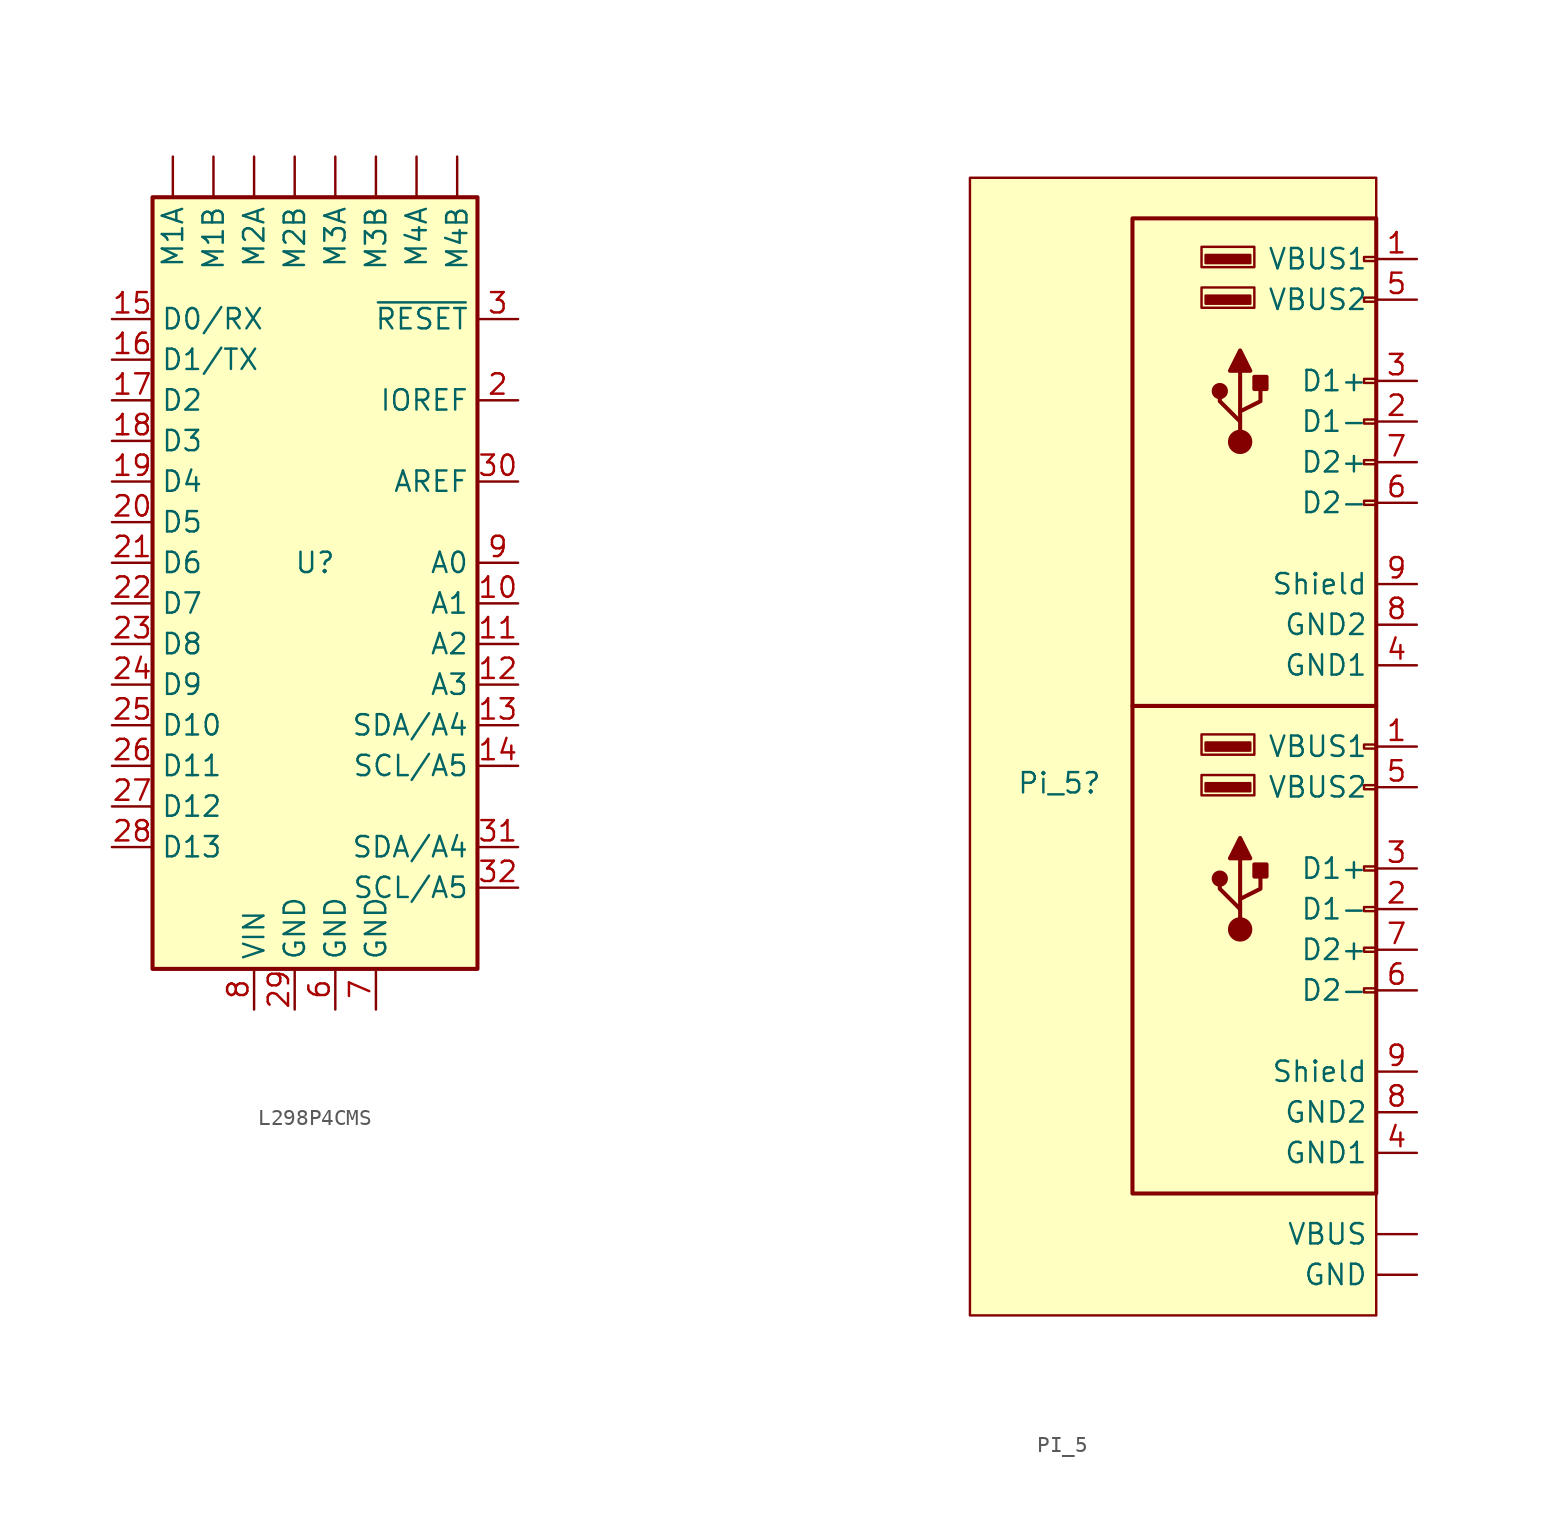
<source format=kicad_sym>
(kicad_symbol_lib
  (version 20231120)
  (generator "kicad_symbol_editor")
  (generator_version "8.0")
  (symbol "L298P4CMS"
    (property "Reference" "U"
      (at 0 0 0)
      (effects (font (size 1.27 1.27))))
    (property "Value" ""
      (at 0 0 0)
      (effects (font (size 1.27 1.27))))
    (symbol "L298P4CMS_0_1"
      (rectangle (start -10.16 22.86) (end 10.16 -25.4) (stroke (width 0.254) (type default)) (fill (type background))))
    (symbol "L298P4CMS_1_1"
      (pin bidirectional line (at -8.89 25.4 270) (length 2.54) (name "M1A" (effects (font (size 1.27 1.27)))) (number "" (effects (font (size 1.27 1.27)))))
      (pin bidirectional line (at -6.35 25.4 270) (length 2.54) (name "M1B" (effects (font (size 1.27 1.27)))) (number "" (effects (font (size 1.27 1.27)))))
      (pin bidirectional line (at -3.81 25.4 270) (length 2.54) (name "M2A" (effects (font (size 1.27 1.27)))) (number "" (effects (font (size 1.27 1.27)))))
      (pin bidirectional line (at -1.27 25.4 270) (length 2.54) (name "M2B" (effects (font (size 1.27 1.27)))) (number "" (effects (font (size 1.27 1.27)))))
      (pin bidirectional line (at 1.27 25.4 270) (length 2.54) (name "M3A" (effects (font (size 1.27 1.27)))) (number "" (effects (font (size 1.27 1.27)))))
      (pin bidirectional line (at 3.81 25.4 270) (length 2.54) (name "M3B" (effects (font (size 1.27 1.27)))) (number "" (effects (font (size 1.27 1.27)))))
      (pin bidirectional line (at 6.35 25.4 270) (length 2.54) (name "M4A" (effects (font (size 1.27 1.27)))) (number "" (effects (font (size 1.27 1.27)))))
      (pin bidirectional line (at 8.89 25.4 270) (length 2.54) (name "M4B" (effects (font (size 1.27 1.27)))) (number "" (effects (font (size 1.27 1.27)))))
      (pin bidirectional line (at 12.7 -2.54 180) (length 2.54) (name "A1" (effects (font (size 1.27 1.27)))) (number "10" (effects (font (size 1.27 1.27)))))
      (pin bidirectional line (at 12.7 -5.08 180) (length 2.54) (name "A2" (effects (font (size 1.27 1.27)))) (number "11" (effects (font (size 1.27 1.27)))))
      (pin bidirectional line (at 12.7 -7.62 180) (length 2.54) (name "A3" (effects (font (size 1.27 1.27)))) (number "12" (effects (font (size 1.27 1.27)))))
      (pin bidirectional line (at 12.7 -10.16 180) (length 2.54) (name "SDA/A4" (effects (font (size 1.27 1.27)))) (number "13" (effects (font (size 1.27 1.27)))))
      (pin bidirectional line (at 12.7 -12.7 180) (length 2.54) (name "SCL/A5" (effects (font (size 1.27 1.27)))) (number "14" (effects (font (size 1.27 1.27)))))
      (pin bidirectional line (at -12.7 15.24 0) (length 2.54) (name "D0/RX" (effects (font (size 1.27 1.27)))) (number "15" (effects (font (size 1.27 1.27)))))
      (pin bidirectional line (at -12.7 12.7 0) (length 2.54) (name "D1/TX" (effects (font (size 1.27 1.27)))) (number "16" (effects (font (size 1.27 1.27)))))
      (pin bidirectional line (at -12.7 10.16 0) (length 2.54) (name "D2" (effects (font (size 1.27 1.27)))) (number "17" (effects (font (size 1.27 1.27)))))
      (pin input line (at -12.7 7.62 0) (length 2.54) (name "D3" (effects (font (size 1.27 1.27)))) (number "18" (effects (font (size 1.27 1.27)))))
      (pin input line (at -12.7 5.08 0) (length 2.54) (name "D4" (effects (font (size 1.27 1.27)))) (number "19" (effects (font (size 1.27 1.27)))))
      (pin output line (at 12.7 10.16 180) (length 2.54) (name "IOREF" (effects (font (size 1.27 1.27)))) (number "2" (effects (font (size 1.27 1.27)))))
      (pin input line (at -12.7 2.54 0) (length 2.54) (name "D5" (effects (font (size 1.27 1.27)))) (number "20" (effects (font (size 1.27 1.27)))))
      (pin input line (at -12.7 0 0) (length 2.54) (name "D6" (effects (font (size 1.27 1.27)))) (number "21" (effects (font (size 1.27 1.27)))))
      (pin input line (at -12.7 -2.54 0) (length 2.54) (name "D7" (effects (font (size 1.27 1.27)))) (number "22" (effects (font (size 1.27 1.27)))))
      (pin input line (at -12.7 -5.08 0) (length 2.54) (name "D8" (effects (font (size 1.27 1.27)))) (number "23" (effects (font (size 1.27 1.27)))))
      (pin input line (at -12.7 -7.62 0) (length 2.54) (name "D9" (effects (font (size 1.27 1.27)))) (number "24" (effects (font (size 1.27 1.27)))))
      (pin input line (at -12.7 -10.16 0) (length 2.54) (name "D10" (effects (font (size 1.27 1.27)))) (number "25" (effects (font (size 1.27 1.27)))))
      (pin bidirectional line (at -12.7 -12.7 0) (length 2.54) (name "D11" (effects (font (size 1.27 1.27)))) (number "26" (effects (font (size 1.27 1.27)))))
      (pin bidirectional line (at -12.7 -15.24 0) (length 2.54) (name "D12" (effects (font (size 1.27 1.27)))) (number "27" (effects (font (size 1.27 1.27)))))
      (pin bidirectional line (at -12.7 -17.78 0) (length 2.54) (name "D13" (effects (font (size 1.27 1.27)))) (number "28" (effects (font (size 1.27 1.27)))))
      (pin power_in line (at -1.27 -27.94 90) (length 2.54) (name "GND" (effects (font (size 1.27 1.27)))) (number "29" (effects (font (size 1.27 1.27)))))
      (pin input line (at 12.7 15.24 180) (length 2.54) (name "~{RESET}" (effects (font (size 1.27 1.27)))) (number "3" (effects (font (size 1.27 1.27)))))
      (pin input line (at 12.7 5.08 180) (length 2.54) (name "AREF" (effects (font (size 1.27 1.27)))) (number "30" (effects (font (size 1.27 1.27)))))
      (pin bidirectional line (at 12.7 -17.78 180) (length 2.54) (name "SDA/A4" (effects (font (size 1.27 1.27)))) (number "31" (effects (font (size 1.27 1.27)))))
      (pin bidirectional line (at 12.7 -20.32 180) (length 2.54) (name "SCL/A5" (effects (font (size 1.27 1.27)))) (number "32" (effects (font (size 1.27 1.27)))))
      (pin power_in line (at 1.27 -27.94 90) (length 2.54) (name "GND" (effects (font (size 1.27 1.27)))) (number "6" (effects (font (size 1.27 1.27)))))
      (pin power_in line (at 3.81 -27.94 90) (length 2.54) (name "GND" (effects (font (size 1.27 1.27)))) (number "7" (effects (font (size 1.27 1.27)))))
      (pin power_in line (at -3.81 -27.94 90) (length 2.54) (name "VIN" (effects (font (size 1.27 1.27)))) (number "8" (effects (font (size 1.27 1.27)))))
      (pin bidirectional line (at 12.7 0 180) (length 2.54) (name "A0" (effects (font (size 1.27 1.27)))) (number "9" (effects (font (size 1.27 1.27)))))))
  (symbol "PI_5"
    (property "Reference" "Pi_5"
      (at 0.508 -2.286 0)
      (effects (font (size 1.27 1.27))))
    (property "Value" ""
      (at -21.59 -5.08 0)
      (effects (font (size 1.27 1.27))))
    (symbol "PI_5_0_1"
      (rectangle (start -5.08 35.56) (end 20.32 -35.56) (stroke (width 0) (type default)) (fill (type background)))
      (polyline (pts (xy 11.176 -6.985) (xy 12.446 -6.985) (xy 11.811 -5.715) (xy 11.176 -6.985)) (stroke (width 0.254) (type default)) (fill (type outline)))
      (polyline (pts (xy 11.176 23.495) (xy 12.446 23.495) (xy 11.811 24.765) (xy 11.176 23.495)) (stroke (width 0.254) (type default)) (fill (type outline)))
      (polyline (pts (xy 11.811 -10.795) (xy 11.811 -10.16) (xy 10.541 -8.89) (xy 10.541 -8.255)) (stroke (width 0.254) (type default)) (fill (type none)))
      (polyline (pts (xy 11.811 -10.16) (xy 11.811 -9.525) (xy 13.081 -8.89) (xy 13.081 -7.62)) (stroke (width 0.254) (type default)) (fill (type none)))
      (polyline (pts (xy 11.811 19.685) (xy 11.811 20.32) (xy 10.541 21.59) (xy 10.541 22.225)) (stroke (width 0.254) (type default)) (fill (type none)))
      (polyline (pts (xy 11.811 20.32) (xy 11.811 20.955) (xy 13.081 21.59) (xy 13.081 22.86)) (stroke (width 0.254) (type default)) (fill (type none)))
      (rectangle (start 5.08 2.54) (end 20.32 -27.94) (stroke (width 0.254) (type default)) (fill (type background)))
      (rectangle (start 5.08 33.02) (end 20.32 2.54) (stroke (width 0.254) (type default)) (fill (type background)))
      (circle (center 10.541 -8.255) (radius 0.381) (stroke (width 0.254) (type default)) (fill (type outline)))
      (circle (center 10.541 22.225) (radius 0.381) (stroke (width 0.254) (type default)) (fill (type outline)))
      (circle (center 11.811 -11.43) (radius 0.635) (stroke (width 0.254) (type default)) (fill (type outline)))
      (circle (center 11.811 19.05) (radius 0.635) (stroke (width 0.254) (type default)) (fill (type outline)))
      (rectangle (start 12.446 -2.794) (end 9.652 -2.286) (stroke (width 0) (type default)) (fill (type outline)))
      (rectangle (start 12.446 -0.254) (end 9.652 0.254) (stroke (width 0) (type default)) (fill (type outline)))
      (rectangle (start 12.446 27.686) (end 9.652 28.194) (stroke (width 0) (type default)) (fill (type outline)))
      (rectangle (start 12.446 30.226) (end 9.652 30.734) (stroke (width 0) (type default)) (fill (type outline)))
      (rectangle (start 12.7 -7.366) (end 13.462 -8.128) (stroke (width 0.254) (type default)) (fill (type outline)))
      (rectangle (start 12.7 -3.048) (end 9.398 -1.778) (stroke (width 0) (type default)) (fill (type none)))
      (rectangle (start 12.7 -0.508) (end 9.398 0.762) (stroke (width 0) (type default)) (fill (type none)))
      (rectangle (start 12.7 23.114) (end 13.462 22.352) (stroke (width 0.254) (type default)) (fill (type outline)))
      (rectangle (start 12.7 27.432) (end 9.398 28.702) (stroke (width 0) (type default)) (fill (type none)))
      (rectangle (start 12.7 29.972) (end 9.398 31.242) (stroke (width 0) (type default)) (fill (type none)))
      (rectangle (start 20.32 -15.367) (end 19.558 -15.113) (stroke (width 0) (type default)) (fill (type none)))
      (rectangle (start 20.32 -12.827) (end 19.558 -12.573) (stroke (width 0) (type default)) (fill (type none)))
      (rectangle (start 20.32 -10.287) (end 19.558 -10.033) (stroke (width 0) (type default)) (fill (type none)))
      (rectangle (start 20.32 -7.747) (end 19.558 -7.493) (stroke (width 0) (type default)) (fill (type none)))
      (rectangle (start 20.32 -2.667) (end 19.558 -2.413) (stroke (width 0) (type default)) (fill (type none)))
      (rectangle (start 20.32 -0.127) (end 19.558 0.127) (stroke (width 0) (type default)) (fill (type none)))
      (rectangle (start 20.32 15.113) (end 19.558 15.367) (stroke (width 0) (type default)) (fill (type none)))
      (rectangle (start 20.32 17.653) (end 19.558 17.907) (stroke (width 0) (type default)) (fill (type none)))
      (rectangle (start 20.32 20.193) (end 19.558 20.447) (stroke (width 0) (type default)) (fill (type none)))
      (rectangle (start 20.32 22.733) (end 19.558 22.987) (stroke (width 0) (type default)) (fill (type none)))
      (rectangle (start 20.32 27.813) (end 19.558 28.067) (stroke (width 0) (type default)) (fill (type none)))
      (rectangle (start 20.32 30.353) (end 19.558 30.607) (stroke (width 0) (type default)) (fill (type none))))
    (symbol "PI_5_1_1"
      (polyline (pts (xy 11.811 -9.525) (xy 11.811 -6.985)) (stroke (width 0.254) (type default)) (fill (type none)))
      (polyline (pts (xy 11.811 20.955) (xy 11.811 23.495)) (stroke (width 0.254) (type default)) (fill (type none)))
      (pin power_in line (at 22.86 -33.02 180) (length 2.54) (name "GND" (effects (font (size 1.27 1.27)))) (number "" (effects (font (size 1.27 1.27)))))
      (pin power_in line (at 22.86 -30.48 180) (length 2.54) (name "VBUS" (effects (font (size 1.27 1.27)))) (number "" (effects (font (size 1.27 1.27)))))
      (pin power_in line (at 22.86 0 180) (length 2.54) (name "VBUS1" (effects (font (size 1.27 1.27)))) (number "1" (effects (font (size 1.27 1.27)))))
      (pin power_in line (at 22.86 30.48 180) (length 2.54) (name "VBUS1" (effects (font (size 1.27 1.27)))) (number "1" (effects (font (size 1.27 1.27)))))
      (pin bidirectional line (at 22.86 -10.16 180) (length 2.54) (name "D1-" (effects (font (size 1.27 1.27)))) (number "2" (effects (font (size 1.27 1.27)))))
      (pin bidirectional line (at 22.86 20.32 180) (length 2.54) (name "D1-" (effects (font (size 1.27 1.27)))) (number "2" (effects (font (size 1.27 1.27)))))
      (pin bidirectional line (at 22.86 -7.62 180) (length 2.54) (name "D1+" (effects (font (size 1.27 1.27)))) (number "3" (effects (font (size 1.27 1.27)))))
      (pin bidirectional line (at 22.86 22.86 180) (length 2.54) (name "D1+" (effects (font (size 1.27 1.27)))) (number "3" (effects (font (size 1.27 1.27)))))
      (pin power_in line (at 22.86 -25.4 180) (length 2.54) (name "GND1" (effects (font (size 1.27 1.27)))) (number "4" (effects (font (size 1.27 1.27)))))
      (pin power_in line (at 22.86 5.08 180) (length 2.54) (name "GND1" (effects (font (size 1.27 1.27)))) (number "4" (effects (font (size 1.27 1.27)))))
      (pin power_in line (at 22.86 -2.54 180) (length 2.54) (name "VBUS2" (effects (font (size 1.27 1.27)))) (number "5" (effects (font (size 1.27 1.27)))))
      (pin power_in line (at 22.86 27.94 180) (length 2.54) (name "VBUS2" (effects (font (size 1.27 1.27)))) (number "5" (effects (font (size 1.27 1.27)))))
      (pin bidirectional line (at 22.86 -15.24 180) (length 2.54) (name "D2-" (effects (font (size 1.27 1.27)))) (number "6" (effects (font (size 1.27 1.27)))))
      (pin bidirectional line (at 22.86 15.24 180) (length 2.54) (name "D2-" (effects (font (size 1.27 1.27)))) (number "6" (effects (font (size 1.27 1.27)))))
      (pin bidirectional line (at 22.86 -12.7 180) (length 2.54) (name "D2+" (effects (font (size 1.27 1.27)))) (number "7" (effects (font (size 1.27 1.27)))))
      (pin bidirectional line (at 22.86 17.78 180) (length 2.54) (name "D2+" (effects (font (size 1.27 1.27)))) (number "7" (effects (font (size 1.27 1.27)))))
      (pin power_in line (at 22.86 -22.86 180) (length 2.54) (name "GND2" (effects (font (size 1.27 1.27)))) (number "8" (effects (font (size 1.27 1.27)))))
      (pin power_in line (at 22.86 7.62 180) (length 2.54) (name "GND2" (effects (font (size 1.27 1.27)))) (number "8" (effects (font (size 1.27 1.27)))))
      (pin passive line (at 22.86 -20.32 180) (length 2.54) (name "Shield" (effects (font (size 1.27 1.27)))) (number "9" (effects (font (size 1.27 1.27)))))
      (pin passive line (at 22.86 10.16 180) (length 2.54) (name "Shield" (effects (font (size 1.27 1.27)))) (number "9" (effects (font (size 1.27 1.27))))))))
</source>
